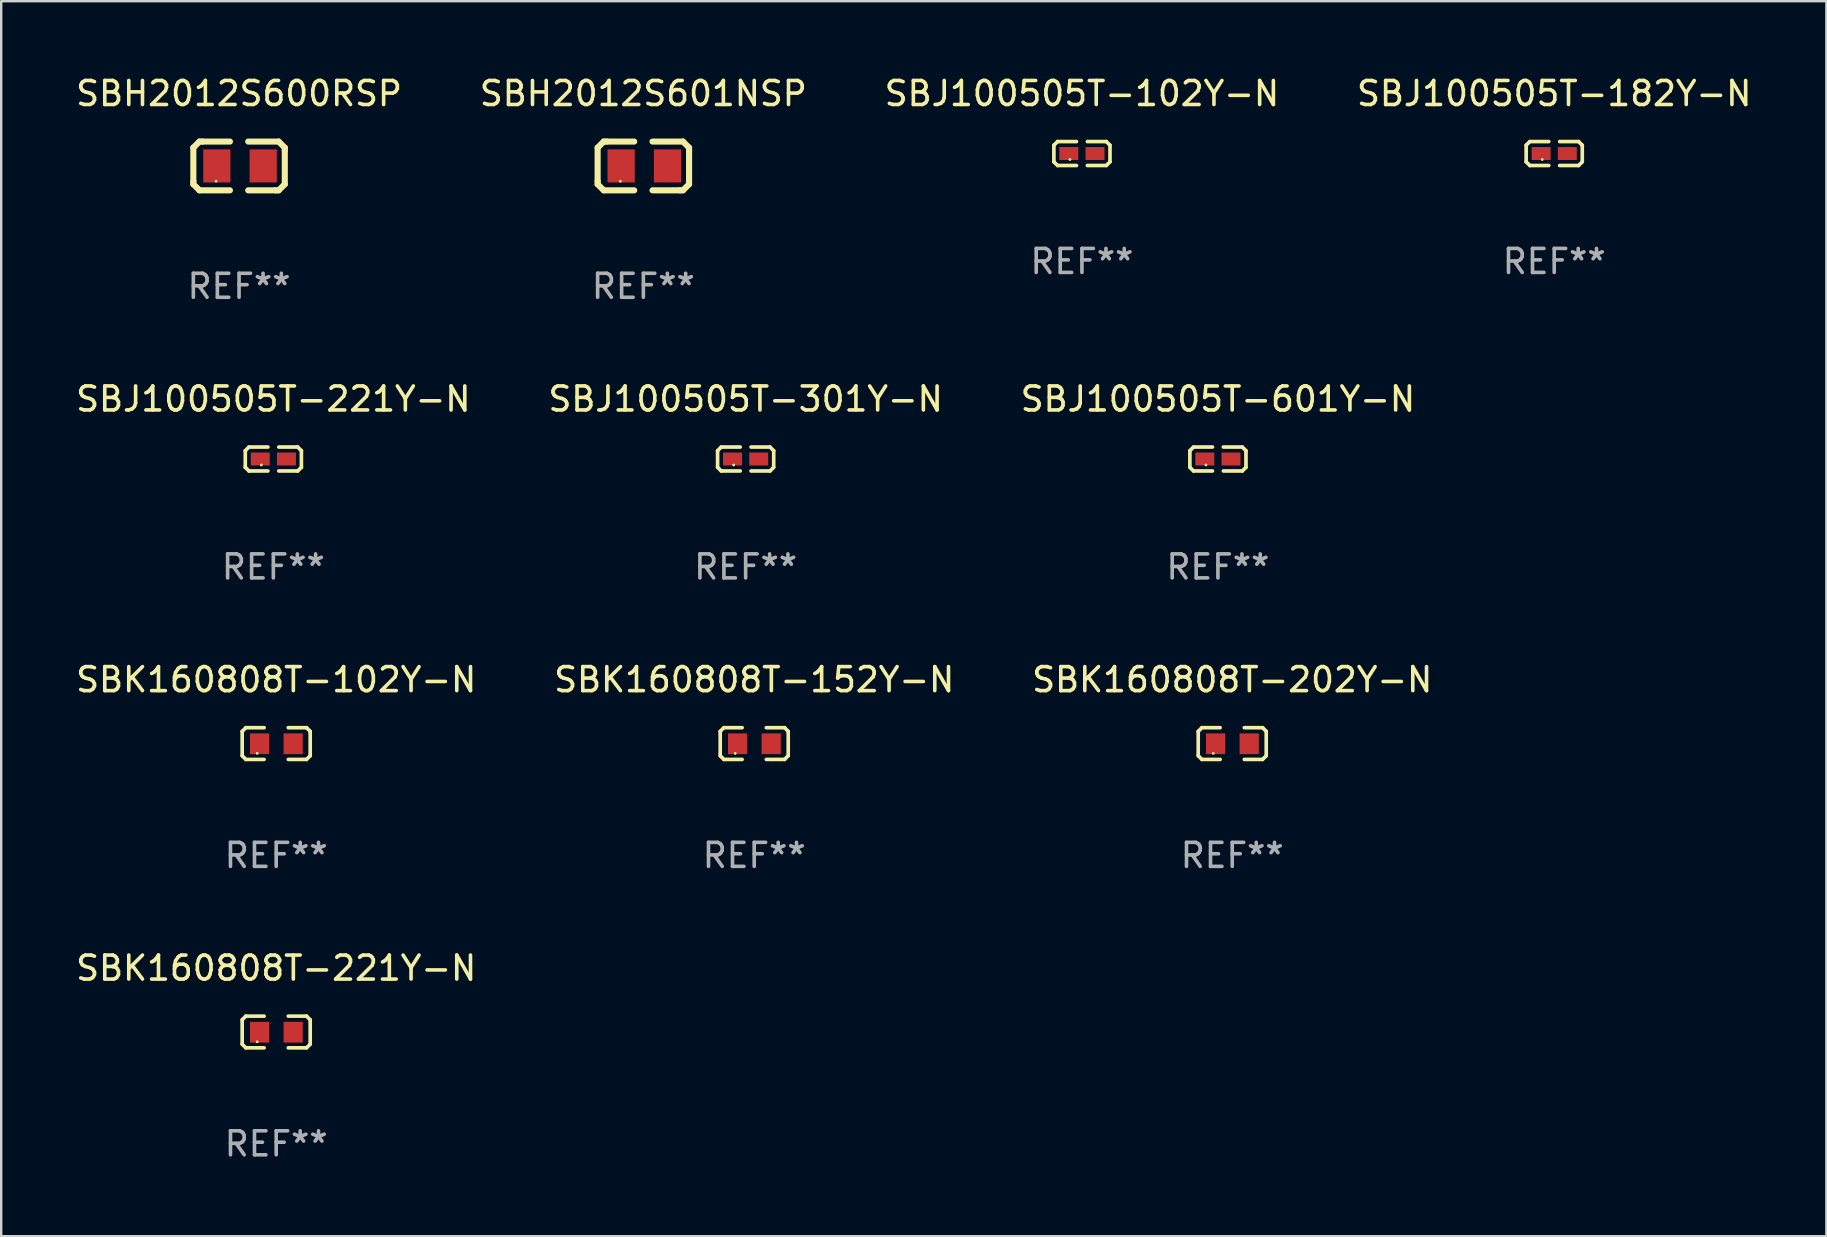
<source format=kicad_pcb>
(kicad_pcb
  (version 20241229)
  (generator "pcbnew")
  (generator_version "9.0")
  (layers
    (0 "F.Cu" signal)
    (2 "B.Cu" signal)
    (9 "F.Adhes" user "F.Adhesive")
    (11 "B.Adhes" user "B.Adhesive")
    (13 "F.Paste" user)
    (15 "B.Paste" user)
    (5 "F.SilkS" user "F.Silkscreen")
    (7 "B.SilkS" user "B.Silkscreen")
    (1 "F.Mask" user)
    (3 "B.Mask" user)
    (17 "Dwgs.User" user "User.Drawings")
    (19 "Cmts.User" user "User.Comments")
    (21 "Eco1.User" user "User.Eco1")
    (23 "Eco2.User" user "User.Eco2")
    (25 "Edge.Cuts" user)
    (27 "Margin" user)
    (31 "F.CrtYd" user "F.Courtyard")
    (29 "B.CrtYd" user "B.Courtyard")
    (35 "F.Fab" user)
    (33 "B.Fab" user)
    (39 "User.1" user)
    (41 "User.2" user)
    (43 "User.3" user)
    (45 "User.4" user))
  (footprint "SBJ100505T-102Y-N"
    (layer "F.Cu")
    (at 42.03 3.347)
    (property "Reference" "SBJ100505T-102Y-N" (at 0 -2.499 0) (layer "F.SilkS") (effects (font (size 1 1) (thickness 0.15))))
    (attr through_hole)
    (fp_line (start -1.169 -0.346) (end -1.016 -0.499) (stroke (width 0.152) (type solid)) (layer "F.SilkS"))
    (fp_line (start -1.169 0.346) (end -1.169 -0.346) (stroke (width 0.152) (type solid)) (layer "F.SilkS"))
    (fp_line (start -1.016 -0.499) (end -0.226 -0.499) (stroke (width 0.152) (type solid)) (layer "F.SilkS"))
    (fp_line (start -1.016 0.499) (end -1.169 0.346) (stroke (width 0.152) (type solid)) (layer "F.SilkS"))
    (fp_line (start -0.226 0.499) (end -1.016 0.499) (stroke (width 0.152) (type solid)) (layer "F.SilkS"))
    (fp_line (start 0.226 0.499) (end 1.016 0.499) (stroke (width 0.152) (type solid)) (layer "F.SilkS"))
    (fp_line (start 1.016 -0.499) (end 0.226 -0.499) (stroke (width 0.152) (type solid)) (layer "F.SilkS"))
    (fp_line (start 1.016 0.499) (end 1.169 0.346) (stroke (width 0.152) (type solid)) (layer "F.SilkS"))
    (fp_line (start 1.169 -0.346) (end 1.016 -0.499) (stroke (width 0.152) (type solid)) (layer "F.SilkS"))
    (fp_line (start 1.169 0.346) (end 1.169 -0.346) (stroke (width 0.152) (type solid)) (layer "F.SilkS"))
    (fp_circle (center -0.5 0.25) (end -0.47 0.25) (stroke (width 0.06) (type solid)) (fill no) (layer "F.SilkS"))
    (fp_text user "REF**" (at 0 4.499 0) (layer "F.Fab") (effects (font (size 1 1) (thickness 0.15))))
    (pad "1" smd rect (at -0.545 0) (size 0.79 0.54) (layers "F.Cu" "F.Mask" "F.Paste"))
    (pad "2" smd rect (at 0.545 0) (size 0.79 0.54) (layers "F.Cu" "F.Mask" "F.Paste")))
  (footprint "SBJ100505T-182Y-N"
    (layer "F.Cu")
    (at 61.708 3.347)
    (property "Reference" "SBJ100505T-182Y-N" (at 0 -2.499 0) (layer "F.SilkS") (effects (font (size 1 1) (thickness 0.15))))
    (attr through_hole)
    (fp_line (start -1.169 -0.346) (end -1.016 -0.499) (stroke (width 0.152) (type solid)) (layer "F.SilkS"))
    (fp_line (start -1.169 0.346) (end -1.169 -0.346) (stroke (width 0.152) (type solid)) (layer "F.SilkS"))
    (fp_line (start -1.016 -0.499) (end -0.226 -0.499) (stroke (width 0.152) (type solid)) (layer "F.SilkS"))
    (fp_line (start -1.016 0.499) (end -1.169 0.346) (stroke (width 0.152) (type solid)) (layer "F.SilkS"))
    (fp_line (start -0.226 0.499) (end -1.016 0.499) (stroke (width 0.152) (type solid)) (layer "F.SilkS"))
    (fp_line (start 0.226 0.499) (end 1.016 0.499) (stroke (width 0.152) (type solid)) (layer "F.SilkS"))
    (fp_line (start 1.016 -0.499) (end 0.226 -0.499) (stroke (width 0.152) (type solid)) (layer "F.SilkS"))
    (fp_line (start 1.016 0.499) (end 1.169 0.346) (stroke (width 0.152) (type solid)) (layer "F.SilkS"))
    (fp_line (start 1.169 -0.346) (end 1.016 -0.499) (stroke (width 0.152) (type solid)) (layer "F.SilkS"))
    (fp_line (start 1.169 0.346) (end 1.169 -0.346) (stroke (width 0.152) (type solid)) (layer "F.SilkS"))
    (fp_circle (center -0.5 0.25) (end -0.47 0.25) (stroke (width 0.06) (type solid)) (fill no) (layer "F.SilkS"))
    (fp_text user "REF**" (at 0 4.499 0) (layer "F.Fab") (effects (font (size 1 1) (thickness 0.15))))
    (pad "1" smd rect (at -0.545 0) (size 0.79 0.54) (layers "F.Cu" "F.Mask" "F.Paste"))
    (pad "2" smd rect (at 0.545 0) (size 0.79 0.54) (layers "F.Cu" "F.Mask" "F.Paste")))
  (footprint "SBH2012S601NSP"
    (layer "F.Cu")
    (at 23.756 3.864)
    (property "Reference" "SBH2012S601NSP" (at 0 -3.016 0) (layer "F.SilkS") (effects (font (size 1 1) (thickness 0.15))))
    (attr through_hole)
    (fp_line (start -1.905 -0.762) (end -1.905 0.635) (stroke (width 0.254) (type solid)) (layer "F.SilkS"))
    (fp_line (start -1.905 0.635) (end -1.905 0.762) (stroke (width 0.254) (type solid)) (layer "F.SilkS"))
    (fp_line (start -1.905 0.762) (end -1.651 1.016) (stroke (width 0.254) (type solid)) (layer "F.SilkS"))
    (fp_line (start -1.651 -1.016) (end -1.905 -0.762) (stroke (width 0.254) (type solid)) (layer "F.SilkS"))
    (fp_line (start -1.651 1.016) (end -0.381 1.016) (stroke (width 0.254) (type solid)) (layer "F.SilkS"))
    (fp_line (start -1.524 -1.016) (end -1.651 -1.016) (stroke (width 0.254) (type solid)) (layer "F.SilkS"))
    (fp_line (start -0.381 -1.016) (end -1.524 -1.016) (stroke (width 0.254) (type solid)) (layer "F.SilkS"))
    (fp_line (start 0.381 1.016) (end 1.524 1.016) (stroke (width 0.254) (type solid)) (layer "F.SilkS"))
    (fp_line (start 1.524 1.016) (end 1.651 1.016) (stroke (width 0.254) (type solid)) (layer "F.SilkS"))
    (fp_line (start 1.651 -1.016) (end 0.381 -1.016) (stroke (width 0.254) (type solid)) (layer "F.SilkS"))
    (fp_line (start 1.651 1.016) (end 1.905 0.762) (stroke (width 0.254) (type solid)) (layer "F.SilkS"))
    (fp_line (start 1.905 -0.762) (end 1.651 -1.016) (stroke (width 0.254) (type solid)) (layer "F.SilkS"))
    (fp_line (start 1.905 -0.635) (end 1.905 -0.762) (stroke (width 0.254) (type solid)) (layer "F.SilkS"))
    (fp_line (start 1.905 0.762) (end 1.905 -0.635) (stroke (width 0.254) (type solid)) (layer "F.SilkS"))
    (fp_circle (center -0.96 0.637) (end -0.93 0.637) (stroke (width 0.06) (type solid)) (fill no) (layer "F.SilkS"))
    (fp_text user "REF**" (at 0 5.016 0) (layer "F.Fab") (effects (font (size 1 1) (thickness 0.15))))
    (pad "1" smd rect (at -0.926 -0.000051) (size 1.133 1.377) (layers "F.Cu" "F.Mask" "F.Paste"))
    (pad "2" smd rect (at 1.006 -0.000051) (size 1.133 1.377) (layers "F.Cu" "F.Mask" "F.Paste")))
  (footprint "SBH2012S600RSP"
    (layer "F.Cu")
    (at 6.911 3.864)
    (property "Reference" "SBH2012S600RSP" (at 0 -3.016 0) (layer "F.SilkS") (effects (font (size 1 1) (thickness 0.15))))
    (attr through_hole)
    (fp_line (start -1.905 -0.762) (end -1.905 0.635) (stroke (width 0.254) (type solid)) (layer "F.SilkS"))
    (fp_line (start -1.905 0.635) (end -1.905 0.762) (stroke (width 0.254) (type solid)) (layer "F.SilkS"))
    (fp_line (start -1.905 0.762) (end -1.651 1.016) (stroke (width 0.254) (type solid)) (layer "F.SilkS"))
    (fp_line (start -1.651 -1.016) (end -1.905 -0.762) (stroke (width 0.254) (type solid)) (layer "F.SilkS"))
    (fp_line (start -1.651 1.016) (end -0.381 1.016) (stroke (width 0.254) (type solid)) (layer "F.SilkS"))
    (fp_line (start -1.524 -1.016) (end -1.651 -1.016) (stroke (width 0.254) (type solid)) (layer "F.SilkS"))
    (fp_line (start -0.381 -1.016) (end -1.524 -1.016) (stroke (width 0.254) (type solid)) (layer "F.SilkS"))
    (fp_line (start 0.381 1.016) (end 1.524 1.016) (stroke (width 0.254) (type solid)) (layer "F.SilkS"))
    (fp_line (start 1.524 1.016) (end 1.651 1.016) (stroke (width 0.254) (type solid)) (layer "F.SilkS"))
    (fp_line (start 1.651 -1.016) (end 0.381 -1.016) (stroke (width 0.254) (type solid)) (layer "F.SilkS"))
    (fp_line (start 1.651 1.016) (end 1.905 0.762) (stroke (width 0.254) (type solid)) (layer "F.SilkS"))
    (fp_line (start 1.905 -0.762) (end 1.651 -1.016) (stroke (width 0.254) (type solid)) (layer "F.SilkS"))
    (fp_line (start 1.905 -0.635) (end 1.905 -0.762) (stroke (width 0.254) (type solid)) (layer "F.SilkS"))
    (fp_line (start 1.905 0.762) (end 1.905 -0.635) (stroke (width 0.254) (type solid)) (layer "F.SilkS"))
    (fp_circle (center -0.96 0.637) (end -0.93 0.637) (stroke (width 0.06) (type solid)) (fill no) (layer "F.SilkS"))
    (fp_text user "REF**" (at 0 5.016 0) (layer "F.Fab") (effects (font (size 1 1) (thickness 0.15))))
    (pad "1" smd rect (at -0.926 -0.000051) (size 1.133 1.377) (layers "F.Cu" "F.Mask" "F.Paste"))
    (pad "2" smd rect (at 1.006 -0.000051) (size 1.133 1.377) (layers "F.Cu" "F.Mask" "F.Paste")))
  (footprint "SBJ100505T-601Y-N"
    (layer "F.Cu")
    (at 47.696 16.075)
    (property "Reference" "SBJ100505T-601Y-N" (at 0 -2.499 0) (layer "F.SilkS") (effects (font (size 1 1) (thickness 0.15))))
    (attr through_hole)
    (fp_line (start -1.169 -0.346) (end -1.016 -0.499) (stroke (width 0.152) (type solid)) (layer "F.SilkS"))
    (fp_line (start -1.169 0.346) (end -1.169 -0.346) (stroke (width 0.152) (type solid)) (layer "F.SilkS"))
    (fp_line (start -1.016 -0.499) (end -0.226 -0.499) (stroke (width 0.152) (type solid)) (layer "F.SilkS"))
    (fp_line (start -1.016 0.499) (end -1.169 0.346) (stroke (width 0.152) (type solid)) (layer "F.SilkS"))
    (fp_line (start -0.226 0.499) (end -1.016 0.499) (stroke (width 0.152) (type solid)) (layer "F.SilkS"))
    (fp_line (start 0.226 0.499) (end 1.016 0.499) (stroke (width 0.152) (type solid)) (layer "F.SilkS"))
    (fp_line (start 1.016 -0.499) (end 0.226 -0.499) (stroke (width 0.152) (type solid)) (layer "F.SilkS"))
    (fp_line (start 1.016 0.499) (end 1.169 0.346) (stroke (width 0.152) (type solid)) (layer "F.SilkS"))
    (fp_line (start 1.169 -0.346) (end 1.016 -0.499) (stroke (width 0.152) (type solid)) (layer "F.SilkS"))
    (fp_line (start 1.169 0.346) (end 1.169 -0.346) (stroke (width 0.152) (type solid)) (layer "F.SilkS"))
    (fp_circle (center -0.5 0.25) (end -0.47 0.25) (stroke (width 0.06) (type solid)) (fill no) (layer "F.SilkS"))
    (fp_text user "REF**" (at 0 4.499 0) (layer "F.Fab") (effects (font (size 1 1) (thickness 0.15))))
    (pad "1" smd rect (at -0.545 0) (size 0.79 0.54) (layers "F.Cu" "F.Mask" "F.Paste"))
    (pad "2" smd rect (at 0.545 0) (size 0.79 0.54) (layers "F.Cu" "F.Mask" "F.Paste")))
  (footprint "SBK160808T-202Y-N"
    (layer "F.Cu")
    (at 48.292 27.931)
    (property "Reference" "SBK160808T-202Y-N" (at 0 -2.661 0) (layer "F.SilkS") (effects (font (size 1 1) (thickness 0.15))))
    (attr through_hole)
    (fp_line (start -1.417 -0.508) (end -1.265 -0.661) (stroke (width 0.152) (type solid)) (layer "F.SilkS"))
    (fp_line (start -1.417 0.508) (end -1.417 -0.508) (stroke (width 0.152) (type solid)) (layer "F.SilkS"))
    (fp_line (start -1.265 -0.661) (end -0.503 -0.661) (stroke (width 0.152) (type solid)) (layer "F.SilkS"))
    (fp_line (start -1.265 0.661) (end -1.417 0.508) (stroke (width 0.152) (type solid)) (layer "F.SilkS"))
    (fp_line (start -1.265 0.661) (end -0.503 0.661) (stroke (width 0.152) (type solid)) (layer "F.SilkS"))
    (fp_line (start 1.265 -0.661) (end 0.503 -0.661) (stroke (width 0.152) (type solid)) (layer "F.SilkS"))
    (fp_line (start 1.265 -0.661) (end 1.417 -0.508) (stroke (width 0.152) (type solid)) (layer "F.SilkS"))
    (fp_line (start 1.265 0.661) (end 0.503 0.661) (stroke (width 0.152) (type solid)) (layer "F.SilkS"))
    (fp_line (start 1.417 -0.508) (end 1.417 0.508) (stroke (width 0.152) (type solid)) (layer "F.SilkS"))
    (fp_line (start 1.417 0.508) (end 1.265 0.661) (stroke (width 0.152) (type solid)) (layer "F.SilkS"))
    (fp_circle (center -0.793 0.409) (end -0.763 0.409) (stroke (width 0.06) (type solid)) (fill no) (layer "F.SilkS"))
    (fp_text user "REF**" (at 0 4.661 0) (layer "F.Fab") (effects (font (size 1 1) (thickness 0.15))))
    (pad "1" smd rect (at -0.693 0.009 180) (size 0.8 0.864) (layers "F.Cu" "F.Mask" "F.Paste"))
    (pad "2" smd rect (at 0.707 0.009 180) (size 0.8 0.864) (layers "F.Cu" "F.Mask" "F.Paste")))
  (footprint "SBJ100505T-221Y-N"
    (layer "F.Cu")
    (at 8.339 16.075)
    (property "Reference" "SBJ100505T-221Y-N" (at 0 -2.499 0) (layer "F.SilkS") (effects (font (size 1 1) (thickness 0.15))))
    (attr through_hole)
    (fp_line (start -1.169 -0.346) (end -1.016 -0.499) (stroke (width 0.152) (type solid)) (layer "F.SilkS"))
    (fp_line (start -1.169 0.346) (end -1.169 -0.346) (stroke (width 0.152) (type solid)) (layer "F.SilkS"))
    (fp_line (start -1.016 -0.499) (end -0.226 -0.499) (stroke (width 0.152) (type solid)) (layer "F.SilkS"))
    (fp_line (start -1.016 0.499) (end -1.169 0.346) (stroke (width 0.152) (type solid)) (layer "F.SilkS"))
    (fp_line (start -0.226 0.499) (end -1.016 0.499) (stroke (width 0.152) (type solid)) (layer "F.SilkS"))
    (fp_line (start 0.226 0.499) (end 1.016 0.499) (stroke (width 0.152) (type solid)) (layer "F.SilkS"))
    (fp_line (start 1.016 -0.499) (end 0.226 -0.499) (stroke (width 0.152) (type solid)) (layer "F.SilkS"))
    (fp_line (start 1.016 0.499) (end 1.169 0.346) (stroke (width 0.152) (type solid)) (layer "F.SilkS"))
    (fp_line (start 1.169 -0.346) (end 1.016 -0.499) (stroke (width 0.152) (type solid)) (layer "F.SilkS"))
    (fp_line (start 1.169 0.346) (end 1.169 -0.346) (stroke (width 0.152) (type solid)) (layer "F.SilkS"))
    (fp_circle (center -0.5 0.25) (end -0.47 0.25) (stroke (width 0.06) (type solid)) (fill no) (layer "F.SilkS"))
    (fp_text user "REF**" (at 0 4.499 0) (layer "F.Fab") (effects (font (size 1 1) (thickness 0.15))))
    (pad "1" smd rect (at -0.545 0) (size 0.79 0.54) (layers "F.Cu" "F.Mask" "F.Paste"))
    (pad "2" smd rect (at 0.545 0) (size 0.79 0.54) (layers "F.Cu" "F.Mask" "F.Paste")))
  (footprint "SBJ100505T-301Y-N"
    (layer "F.Cu")
    (at 28.018 16.075)
    (property "Reference" "SBJ100505T-301Y-N" (at 0 -2.499 0) (layer "F.SilkS") (effects (font (size 1 1) (thickness 0.15))))
    (attr through_hole)
    (fp_line (start -1.169 -0.346) (end -1.016 -0.499) (stroke (width 0.152) (type solid)) (layer "F.SilkS"))
    (fp_line (start -1.169 0.346) (end -1.169 -0.346) (stroke (width 0.152) (type solid)) (layer "F.SilkS"))
    (fp_line (start -1.016 -0.499) (end -0.226 -0.499) (stroke (width 0.152) (type solid)) (layer "F.SilkS"))
    (fp_line (start -1.016 0.499) (end -1.169 0.346) (stroke (width 0.152) (type solid)) (layer "F.SilkS"))
    (fp_line (start -0.226 0.499) (end -1.016 0.499) (stroke (width 0.152) (type solid)) (layer "F.SilkS"))
    (fp_line (start 0.226 0.499) (end 1.016 0.499) (stroke (width 0.152) (type solid)) (layer "F.SilkS"))
    (fp_line (start 1.016 -0.499) (end 0.226 -0.499) (stroke (width 0.152) (type solid)) (layer "F.SilkS"))
    (fp_line (start 1.016 0.499) (end 1.169 0.346) (stroke (width 0.152) (type solid)) (layer "F.SilkS"))
    (fp_line (start 1.169 -0.346) (end 1.016 -0.499) (stroke (width 0.152) (type solid)) (layer "F.SilkS"))
    (fp_line (start 1.169 0.346) (end 1.169 -0.346) (stroke (width 0.152) (type solid)) (layer "F.SilkS"))
    (fp_circle (center -0.5 0.25) (end -0.47 0.25) (stroke (width 0.06) (type solid)) (fill no) (layer "F.SilkS"))
    (fp_text user "REF**" (at 0 4.499 0) (layer "F.Fab") (effects (font (size 1 1) (thickness 0.15))))
    (pad "1" smd rect (at -0.545 0) (size 0.79 0.54) (layers "F.Cu" "F.Mask" "F.Paste"))
    (pad "2" smd rect (at 0.545 0) (size 0.79 0.54) (layers "F.Cu" "F.Mask" "F.Paste")))
  (footprint "SBK160808T-102Y-N"
    (layer "F.Cu")
    (at 8.458 27.931)
    (property "Reference" "SBK160808T-102Y-N" (at 0 -2.661 0) (layer "F.SilkS") (effects (font (size 1 1) (thickness 0.15))))
    (attr through_hole)
    (fp_line (start -1.417 -0.508) (end -1.265 -0.661) (stroke (width 0.152) (type solid)) (layer "F.SilkS"))
    (fp_line (start -1.417 0.508) (end -1.417 -0.508) (stroke (width 0.152) (type solid)) (layer "F.SilkS"))
    (fp_line (start -1.265 -0.661) (end -0.503 -0.661) (stroke (width 0.152) (type solid)) (layer "F.SilkS"))
    (fp_line (start -1.265 0.661) (end -1.417 0.508) (stroke (width 0.152) (type solid)) (layer "F.SilkS"))
    (fp_line (start -1.265 0.661) (end -0.503 0.661) (stroke (width 0.152) (type solid)) (layer "F.SilkS"))
    (fp_line (start 1.265 -0.661) (end 0.503 -0.661) (stroke (width 0.152) (type solid)) (layer "F.SilkS"))
    (fp_line (start 1.265 -0.661) (end 1.417 -0.508) (stroke (width 0.152) (type solid)) (layer "F.SilkS"))
    (fp_line (start 1.265 0.661) (end 0.503 0.661) (stroke (width 0.152) (type solid)) (layer "F.SilkS"))
    (fp_line (start 1.417 -0.508) (end 1.417 0.508) (stroke (width 0.152) (type solid)) (layer "F.SilkS"))
    (fp_line (start 1.417 0.508) (end 1.265 0.661) (stroke (width 0.152) (type solid)) (layer "F.SilkS"))
    (fp_circle (center -0.793 0.409) (end -0.763 0.409) (stroke (width 0.06) (type solid)) (fill no) (layer "F.SilkS"))
    (fp_text user "REF**" (at 0 4.661 0) (layer "F.Fab") (effects (font (size 1 1) (thickness 0.15))))
    (pad "1" smd rect (at -0.693 0.009 180) (size 0.8 0.864) (layers "F.Cu" "F.Mask" "F.Paste"))
    (pad "2" smd rect (at 0.707 0.009 180) (size 0.8 0.864) (layers "F.Cu" "F.Mask" "F.Paste")))
  (footprint "SBK160808T-221Y-N"
    (layer "F.Cu")
    (at 8.458 39.949)
    (property "Reference" "SBK160808T-221Y-N" (at 0 -2.661 0) (layer "F.SilkS") (effects (font (size 1 1) (thickness 0.15))))
    (attr through_hole)
    (fp_line (start -1.417 -0.508) (end -1.265 -0.661) (stroke (width 0.152) (type solid)) (layer "F.SilkS"))
    (fp_line (start -1.417 0.508) (end -1.417 -0.508) (stroke (width 0.152) (type solid)) (layer "F.SilkS"))
    (fp_line (start -1.265 -0.661) (end -0.503 -0.661) (stroke (width 0.152) (type solid)) (layer "F.SilkS"))
    (fp_line (start -1.265 0.661) (end -1.417 0.508) (stroke (width 0.152) (type solid)) (layer "F.SilkS"))
    (fp_line (start -1.265 0.661) (end -0.503 0.661) (stroke (width 0.152) (type solid)) (layer "F.SilkS"))
    (fp_line (start 1.265 -0.661) (end 0.503 -0.661) (stroke (width 0.152) (type solid)) (layer "F.SilkS"))
    (fp_line (start 1.265 -0.661) (end 1.417 -0.508) (stroke (width 0.152) (type solid)) (layer "F.SilkS"))
    (fp_line (start 1.265 0.661) (end 0.503 0.661) (stroke (width 0.152) (type solid)) (layer "F.SilkS"))
    (fp_line (start 1.417 -0.508) (end 1.417 0.508) (stroke (width 0.152) (type solid)) (layer "F.SilkS"))
    (fp_line (start 1.417 0.508) (end 1.265 0.661) (stroke (width 0.152) (type solid)) (layer "F.SilkS"))
    (fp_circle (center -0.793 0.409) (end -0.763 0.409) (stroke (width 0.06) (type solid)) (fill no) (layer "F.SilkS"))
    (fp_text user "REF**" (at 0 4.661 0) (layer "F.Fab") (effects (font (size 1 1) (thickness 0.15))))
    (pad "1" smd rect (at -0.693 0.009 180) (size 0.8 0.864) (layers "F.Cu" "F.Mask" "F.Paste"))
    (pad "2" smd rect (at 0.707 0.009 180) (size 0.8 0.864) (layers "F.Cu" "F.Mask" "F.Paste")))
  (footprint "SBK160808T-152Y-N"
    (layer "F.Cu")
    (at 28.375 27.931)
    (property "Reference" "SBK160808T-152Y-N" (at 0 -2.661 0) (layer "F.SilkS") (effects (font (size 1 1) (thickness 0.15))))
    (attr through_hole)
    (fp_line (start -1.417 -0.508) (end -1.265 -0.661) (stroke (width 0.152) (type solid)) (layer "F.SilkS"))
    (fp_line (start -1.417 0.508) (end -1.417 -0.508) (stroke (width 0.152) (type solid)) (layer "F.SilkS"))
    (fp_line (start -1.265 -0.661) (end -0.503 -0.661) (stroke (width 0.152) (type solid)) (layer "F.SilkS"))
    (fp_line (start -1.265 0.661) (end -1.417 0.508) (stroke (width 0.152) (type solid)) (layer "F.SilkS"))
    (fp_line (start -1.265 0.661) (end -0.503 0.661) (stroke (width 0.152) (type solid)) (layer "F.SilkS"))
    (fp_line (start 1.265 -0.661) (end 0.503 -0.661) (stroke (width 0.152) (type solid)) (layer "F.SilkS"))
    (fp_line (start 1.265 -0.661) (end 1.417 -0.508) (stroke (width 0.152) (type solid)) (layer "F.SilkS"))
    (fp_line (start 1.265 0.661) (end 0.503 0.661) (stroke (width 0.152) (type solid)) (layer "F.SilkS"))
    (fp_line (start 1.417 -0.508) (end 1.417 0.508) (stroke (width 0.152) (type solid)) (layer "F.SilkS"))
    (fp_line (start 1.417 0.508) (end 1.265 0.661) (stroke (width 0.152) (type solid)) (layer "F.SilkS"))
    (fp_circle (center -0.793 0.409) (end -0.763 0.409) (stroke (width 0.06) (type solid)) (fill no) (layer "F.SilkS"))
    (fp_text user "REF**" (at 0 4.661 0) (layer "F.Fab") (effects (font (size 1 1) (thickness 0.15))))
    (pad "1" smd rect (at -0.693 0.009 180) (size 0.8 0.864) (layers "F.Cu" "F.Mask" "F.Paste"))
    (pad "2" smd rect (at 0.707 0.009 180) (size 0.8 0.864) (layers "F.Cu" "F.Mask" "F.Paste")))
  (gr_rect
    (start -3 -3)
    (end 73.048 48.458)
    (stroke (width 0.1) (type default))
    (fill no)
    (layer "Edge.Cuts")))
</source>
